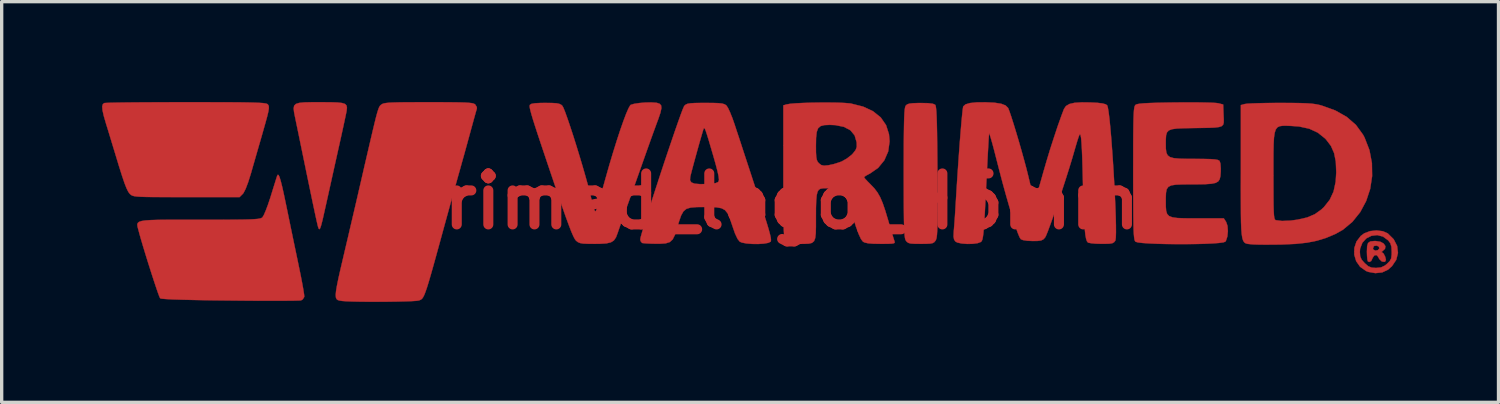
<source format=kicad_pcb>
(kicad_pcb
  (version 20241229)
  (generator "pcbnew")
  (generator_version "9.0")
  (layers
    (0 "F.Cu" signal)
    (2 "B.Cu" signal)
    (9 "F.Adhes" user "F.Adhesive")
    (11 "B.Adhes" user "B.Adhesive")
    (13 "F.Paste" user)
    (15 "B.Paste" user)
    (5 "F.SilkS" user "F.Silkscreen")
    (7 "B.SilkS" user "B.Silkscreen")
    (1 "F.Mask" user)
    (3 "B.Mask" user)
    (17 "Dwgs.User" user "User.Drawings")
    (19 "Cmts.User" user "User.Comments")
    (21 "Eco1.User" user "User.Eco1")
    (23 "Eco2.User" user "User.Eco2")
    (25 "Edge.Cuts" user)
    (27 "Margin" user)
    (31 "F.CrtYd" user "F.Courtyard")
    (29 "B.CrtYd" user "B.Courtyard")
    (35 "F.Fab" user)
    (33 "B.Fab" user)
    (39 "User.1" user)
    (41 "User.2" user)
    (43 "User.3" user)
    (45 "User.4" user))
  (footprint "varimed_logo_H6mm"
    (layer "F.Cu")
    (at 19.346 2.968)
    (property "Reference" "varimed_logo_H6mm" (at 0 0 0) (layer "F.Cu") (effects (font (size 1.524 1.524) (thickness 0.3))))
    (attr through_hole)
    (fp_poly (pts (xy 18.859 1.207) (xy 18.96 1.263) (xy 19.01 1.339) (xy 18.998 1.419) (xy 18.934 1.478) (xy 18.894 1.513) (xy 18.908 1.523) (xy 18.954 1.559) (xy 19 1.647) (xy 19.002 1.653) (xy 19.026 1.747) (xy 19.007 1.793) (xy 18.979 1.808) (xy 18.904 1.797) (xy 18.828 1.726) (xy 18.787 1.648) (xy 18.739 1.603) (xy 18.676 1.618) (xy 18.631 1.685) (xy 18.629 1.69) (xy 18.585 1.783) (xy 18.525 1.813) (xy 18.486 1.793) (xy 18.471 1.738) (xy 18.461 1.625) (xy 18.457 1.5) (xy 18.461 1.413) (xy 18.638 1.413) (xy 18.647 1.438) (xy 18.709 1.473) (xy 18.785 1.457) (xy 18.828 1.408) (xy 18.813 1.353) (xy 18.751 1.323) (xy 18.681 1.331) (xy 18.661 1.345) (xy 18.638 1.413) (xy 18.461 1.413) (xy 18.464 1.339) (xy 18.492 1.244) (xy 18.557 1.199) (xy 18.673 1.186) (xy 18.718 1.185) (xy 18.859 1.207)) (stroke (width 0.01) (type solid)) (fill yes) (layer "F.Cu"))
    (fp_poly (pts (xy 18.935 0.893) (xy 19.081 0.958) (xy 19.258 1.133) (xy 19.36 1.332) (xy 19.385 1.541) (xy 19.334 1.747) (xy 19.206 1.937) (xy 19.087 2.043) (xy 18.915 2.123) (xy 18.71 2.145) (xy 18.501 2.108) (xy 18.432 2.081) (xy 18.255 1.956) (xy 18.137 1.789) (xy 18.079 1.595) (xy 18.08 1.508) (xy 18.246 1.508) (xy 18.256 1.644) (xy 18.301 1.745) (xy 18.39 1.846) (xy 18.497 1.939) (xy 18.599 1.98) (xy 18.728 1.99) (xy 18.878 1.975) (xy 18.995 1.919) (xy 19.06 1.866) (xy 19.141 1.784) (xy 19.183 1.704) (xy 19.197 1.591) (xy 19.198 1.51) (xy 19.19 1.356) (xy 19.158 1.252) (xy 19.095 1.167) (xy 18.937 1.052) (xy 18.765 1.008) (xy 18.593 1.029) (xy 18.439 1.107) (xy 18.321 1.237) (xy 18.254 1.411) (xy 18.246 1.508) (xy 18.08 1.508) (xy 18.082 1.392) (xy 18.146 1.2) (xy 18.273 1.034) (xy 18.38 0.954) (xy 18.551 0.89) (xy 18.747 0.869) (xy 18.935 0.893)) (stroke (width 0.01) (type solid)) (fill yes) (layer "F.Cu"))
    (fp_poly (pts (xy -12.522 -2.962) (xy -12.316 -2.955) (xy -12.174 -2.94) (xy -12.085 -2.911) (xy -12.04 -2.865) (xy -12.027 -2.798) (xy -12.037 -2.707) (xy -12.042 -2.678) (xy -12.06 -2.59) (xy -12.093 -2.434) (xy -12.138 -2.225) (xy -12.192 -1.977) (xy -12.252 -1.706) (xy -12.274 -1.609) (xy -12.347 -1.282) (xy -12.426 -0.926) (xy -12.505 -0.569) (xy -12.578 -0.24) (xy -12.636 0.021) (xy -12.704 0.324) (xy -12.755 0.551) (xy -12.795 0.707) (xy -12.825 0.799) (xy -12.85 0.833) (xy -12.871 0.815) (xy -12.893 0.751) (xy -12.918 0.647) (xy -12.93 0.593) (xy -12.958 0.468) (xy -12.999 0.275) (xy -13.052 0.026) (xy -13.112 -0.263) (xy -13.178 -0.579) (xy -13.246 -0.907) (xy -13.255 -0.953) (xy -13.323 -1.283) (xy -13.389 -1.603) (xy -13.45 -1.9) (xy -13.503 -2.158) (xy -13.546 -2.363) (xy -13.574 -2.502) (xy -13.577 -2.514) (xy -13.607 -2.665) (xy -13.619 -2.778) (xy -13.605 -2.858) (xy -13.553 -2.911) (xy -13.455 -2.942) (xy -13.301 -2.958) (xy -13.081 -2.963) (xy -12.803 -2.963) (xy -12.522 -2.962)) (stroke (width 0.01) (type solid)) (fill yes) (layer "F.Cu"))
    (fp_poly (pts (xy 5.339 -2.935) (xy 5.485 -2.917) (xy 5.554 -2.887) (xy 5.568 -2.857) (xy 5.579 -2.791) (xy 5.589 -2.683) (xy 5.597 -2.528) (xy 5.604 -2.318) (xy 5.61 -2.048) (xy 5.614 -1.711) (xy 5.618 -1.301) (xy 5.621 -0.881) (xy 5.624 -0.417) (xy 5.625 -0.031) (xy 5.625 0.286) (xy 5.623 0.541) (xy 5.62 0.74) (xy 5.614 0.891) (xy 5.607 1.002) (xy 5.597 1.08) (xy 5.584 1.132) (xy 5.569 1.166) (xy 5.567 1.17) (xy 5.529 1.218) (xy 5.48 1.247) (xy 5.399 1.263) (xy 5.268 1.269) (xy 5.124 1.27) (xy 4.94 1.268) (xy 4.822 1.26) (xy 4.75 1.24) (xy 4.704 1.206) (xy 4.68 1.176) (xy 4.664 1.145) (xy 4.651 1.095) (xy 4.641 1.02) (xy 4.632 0.912) (xy 4.626 0.764) (xy 4.621 0.567) (xy 4.618 0.316) (xy 4.616 0.002) (xy 4.615 -0.382) (xy 4.614 -0.843) (xy 4.614 -0.848) (xy 4.615 -1.319) (xy 4.616 -1.711) (xy 4.619 -2.033) (xy 4.623 -2.291) (xy 4.628 -2.491) (xy 4.635 -2.64) (xy 4.644 -2.746) (xy 4.656 -2.814) (xy 4.669 -2.853) (xy 4.672 -2.857) (xy 4.713 -2.896) (xy 4.779 -2.92) (xy 4.887 -2.933) (xy 5.057 -2.939) (xy 5.115 -2.939) (xy 5.339 -2.935)) (stroke (width 0.01) (type solid)) (fill yes) (layer "F.Cu"))
    (fp_poly (pts (xy -16.314 -2.963) (xy -15.877 -2.962) (xy -15.512 -2.961) (xy -15.212 -2.959) (xy -14.971 -2.955) (xy -14.782 -2.95) (xy -14.639 -2.944) (xy -14.536 -2.937) (xy -14.465 -2.927) (xy -14.421 -2.916) (xy -14.396 -2.903) (xy -14.392 -2.898) (xy -14.371 -2.868) (xy -14.361 -2.828) (xy -14.362 -2.769) (xy -14.377 -2.68) (xy -14.408 -2.548) (xy -14.458 -2.364) (xy -14.528 -2.117) (xy -14.582 -1.926) (xy -14.661 -1.655) (xy -14.749 -1.349) (xy -14.835 -1.051) (xy -14.893 -0.847) (xy -14.978 -0.576) (xy -15.054 -0.375) (xy -15.119 -0.249) (xy -15.141 -0.222) (xy -15.236 -0.127) (xy -16.823 -0.127) (xy -17.231 -0.127) (xy -17.563 -0.128) (xy -17.827 -0.129) (xy -18.032 -0.132) (xy -18.187 -0.137) (xy -18.299 -0.144) (xy -18.378 -0.154) (xy -18.431 -0.168) (xy -18.468 -0.185) (xy -18.497 -0.207) (xy -18.514 -0.222) (xy -18.56 -0.282) (xy -18.612 -0.386) (xy -18.674 -0.543) (xy -18.748 -0.762) (xy -18.84 -1.052) (xy -18.861 -1.122) (xy -18.946 -1.402) (xy -19.032 -1.684) (xy -19.112 -1.948) (xy -19.18 -2.171) (xy -19.226 -2.318) (xy -19.295 -2.556) (xy -19.333 -2.726) (xy -19.341 -2.84) (xy -19.32 -2.907) (xy -19.279 -2.938) (xy -19.226 -2.942) (xy -19.095 -2.947) (xy -18.896 -2.951) (xy -18.635 -2.955) (xy -18.321 -2.958) (xy -17.961 -2.96) (xy -17.564 -2.962) (xy -17.137 -2.963) (xy -16.829 -2.963) (xy -16.314 -2.963)) (stroke (width 0.01) (type solid)) (fill yes) (layer "F.Cu"))
    (fp_poly (pts (xy -14.07 -0.786) (xy -14.041 -0.724) (xy -14.005 -0.605) (xy -13.959 -0.422) (xy -13.903 -0.168) (xy -13.834 0.163) (xy -13.828 0.191) (xy -13.758 0.531) (xy -13.68 0.91) (xy -13.6 1.295) (xy -13.524 1.658) (xy -13.464 1.947) (xy -13.411 2.205) (xy -13.366 2.438) (xy -13.331 2.632) (xy -13.309 2.774) (xy -13.302 2.849) (xy -13.302 2.853) (xy -13.348 2.93) (xy -13.399 2.959) (xy -13.457 2.963) (xy -13.591 2.967) (xy -13.793 2.969) (xy -14.053 2.971) (xy -14.364 2.971) (xy -14.716 2.97) (xy -15.102 2.967) (xy -15.511 2.963) (xy -15.524 2.963) (xy -16.07 2.957) (xy -16.535 2.949) (xy -16.917 2.94) (xy -17.216 2.931) (xy -17.431 2.92) (xy -17.563 2.909) (xy -17.609 2.897) (xy -17.633 2.847) (xy -17.677 2.728) (xy -17.736 2.556) (xy -17.807 2.342) (xy -17.885 2.101) (xy -17.966 1.846) (xy -18.045 1.591) (xy -18.119 1.348) (xy -18.183 1.132) (xy -18.233 0.955) (xy -18.246 0.904) (xy -18.269 0.82) (xy -18.287 0.75) (xy -18.293 0.693) (xy -18.28 0.648) (xy -18.241 0.614) (xy -18.169 0.589) (xy -18.057 0.571) (xy -17.899 0.56) (xy -17.686 0.553) (xy -17.413 0.55) (xy -17.072 0.55) (xy -16.657 0.55) (xy -16.441 0.55) (xy -15.998 0.55) (xy -15.633 0.549) (xy -15.337 0.547) (xy -15.102 0.544) (xy -14.921 0.539) (xy -14.787 0.532) (xy -14.691 0.524) (xy -14.626 0.512) (xy -14.584 0.499) (xy -14.557 0.482) (xy -14.555 0.48) (xy -14.514 0.415) (xy -14.457 0.285) (xy -14.39 0.109) (xy -14.321 -0.096) (xy -14.306 -0.144) (xy -14.242 -0.352) (xy -14.185 -0.534) (xy -14.142 -0.672) (xy -14.117 -0.75) (xy -14.114 -0.758) (xy -14.094 -0.795) (xy -14.07 -0.786)) (stroke (width 0.01) (type solid)) (fill yes) (layer "F.Cu"))
    (fp_poly (pts (xy -9.212 -2.963) (xy -8.913 -2.961) (xy -8.68 -2.958) (xy -8.505 -2.953) (xy -8.379 -2.945) (xy -8.292 -2.935) (xy -8.237 -2.921) (xy -8.202 -2.903) (xy -8.192 -2.894) (xy -8.146 -2.819) (xy -8.144 -2.771) (xy -8.163 -2.71) (xy -8.198 -2.586) (xy -8.245 -2.416) (xy -8.299 -2.218) (xy -8.3 -2.215) (xy -8.36 -1.995) (xy -8.435 -1.722) (xy -8.517 -1.424) (xy -8.6 -1.13) (xy -8.637 -0.995) (xy -8.713 -0.726) (xy -8.803 -0.402) (xy -8.901 -0.049) (xy -8.999 0.307) (xy -9.091 0.641) (xy -9.101 0.677) (xy -9.233 1.16) (xy -9.345 1.567) (xy -9.439 1.906) (xy -9.517 2.182) (xy -9.582 2.404) (xy -9.635 2.576) (xy -9.68 2.706) (xy -9.717 2.8) (xy -9.75 2.865) (xy -9.78 2.907) (xy -9.81 2.933) (xy -9.843 2.949) (xy -9.877 2.962) (xy -9.95 2.973) (xy -10.094 2.982) (xy -10.294 2.989) (xy -10.535 2.995) (xy -10.803 2.999) (xy -11.083 3) (xy -11.362 3) (xy -11.624 2.998) (xy -11.856 2.993) (xy -12.043 2.986) (xy -12.17 2.977) (xy -12.192 2.974) (xy -12.254 2.963) (xy -12.302 2.948) (xy -12.337 2.919) (xy -12.357 2.87) (xy -12.362 2.792) (xy -12.352 2.677) (xy -12.325 2.518) (xy -12.282 2.306) (xy -12.221 2.034) (xy -12.141 1.693) (xy -12.067 1.376) (xy -11.992 1.059) (xy -11.906 0.689) (xy -11.813 0.291) (xy -11.721 -0.104) (xy -11.637 -0.47) (xy -11.618 -0.55) (xy -11.506 -1.039) (xy -11.41 -1.452) (xy -11.33 -1.796) (xy -11.264 -2.077) (xy -11.21 -2.303) (xy -11.167 -2.479) (xy -11.132 -2.612) (xy -11.103 -2.709) (xy -11.08 -2.777) (xy -11.06 -2.823) (xy -11.042 -2.852) (xy -11.024 -2.872) (xy -11.003 -2.889) (xy -11.003 -2.889) (xy -10.971 -2.91) (xy -10.926 -2.927) (xy -10.858 -2.939) (xy -10.758 -2.949) (xy -10.617 -2.955) (xy -10.425 -2.96) (xy -10.173 -2.962) (xy -9.853 -2.963) (xy -9.587 -2.963) (xy -9.212 -2.963)) (stroke (width 0.01) (type solid)) (fill yes) (layer "F.Cu"))
    (fp_poly (pts (xy 16.202 -2.941) (xy 16.459 -2.937) (xy 16.658 -2.93) (xy 16.814 -2.919) (xy 16.939 -2.902) (xy 17.048 -2.879) (xy 17.103 -2.864) (xy 17.514 -2.716) (xy 17.855 -2.523) (xy 18.13 -2.283) (xy 18.341 -1.993) (xy 18.387 -1.907) (xy 18.533 -1.532) (xy 18.607 -1.145) (xy 18.613 -0.755) (xy 18.555 -0.373) (xy 18.435 -0.011) (xy 18.258 0.32) (xy 18.026 0.609) (xy 17.743 0.846) (xy 17.514 0.975) (xy 17.239 1.091) (xy 16.962 1.176) (xy 16.664 1.235) (xy 16.325 1.271) (xy 15.924 1.289) (xy 15.896 1.29) (xy 15.649 1.293) (xy 15.416 1.294) (xy 15.217 1.292) (xy 15.074 1.287) (xy 15.028 1.284) (xy 14.952 1.277) (xy 14.888 1.27) (xy 14.835 1.255) (xy 14.793 1.226) (xy 14.759 1.175) (xy 14.734 1.096) (xy 14.716 0.981) (xy 14.703 0.824) (xy 14.695 0.617) (xy 14.691 0.354) (xy 14.69 0.028) (xy 14.689 -0.369) (xy 14.69 -0.843) (xy 14.69 -0.874) (xy 14.69 -1.12) (xy 15.663 -1.12) (xy 15.663 -0.76) (xy 15.664 -0.393) (xy 15.665 -0.101) (xy 15.667 0.124) (xy 15.672 0.291) (xy 15.679 0.409) (xy 15.689 0.486) (xy 15.702 0.532) (xy 15.719 0.555) (xy 15.737 0.563) (xy 15.921 0.586) (xy 16.167 0.576) (xy 16.383 0.547) (xy 16.67 0.482) (xy 16.901 0.384) (xy 17.1 0.241) (xy 17.177 0.167) (xy 17.347 -0.048) (xy 17.461 -0.294) (xy 17.524 -0.586) (xy 17.541 -0.868) (xy 17.528 -1.186) (xy 17.477 -1.443) (xy 17.382 -1.657) (xy 17.238 -1.847) (xy 17.205 -1.881) (xy 16.987 -2.055) (xy 16.733 -2.172) (xy 16.429 -2.238) (xy 16.185 -2.255) (xy 16.048 -2.26) (xy 15.937 -2.259) (xy 15.849 -2.246) (xy 15.783 -2.213) (xy 15.734 -2.15) (xy 15.701 -2.05) (xy 15.68 -1.906) (xy 15.669 -1.708) (xy 15.664 -1.449) (xy 15.663 -1.12) (xy 14.69 -1.12) (xy 14.69 -2.877) (xy 14.806 -2.909) (xy 14.881 -2.919) (xy 15.027 -2.927) (xy 15.23 -2.934) (xy 15.476 -2.939) (xy 15.75 -2.942) (xy 15.875 -2.942) (xy 16.202 -2.941)) (stroke (width 0.01) (type solid)) (fill yes) (layer "F.Cu"))
    (fp_poly (pts (xy -2.788 -2.947) (xy -2.765 -2.944) (xy -2.682 -2.917) (xy -2.637 -2.868) (xy -2.629 -2.784) (xy -2.657 -2.651) (xy -2.722 -2.459) (xy -2.75 -2.385) (xy -2.8 -2.248) (xy -2.873 -2.048) (xy -2.962 -1.801) (xy -3.061 -1.523) (xy -3.165 -1.23) (xy -3.218 -1.079) (xy -3.325 -0.777) (xy -3.433 -0.472) (xy -3.536 -0.183) (xy -3.627 0.071) (xy -3.699 0.272) (xy -3.723 0.339) (xy -3.794 0.537) (xy -3.86 0.724) (xy -3.912 0.873) (xy -3.936 0.944) (xy -3.986 1.076) (xy -4.049 1.168) (xy -4.14 1.225) (xy -4.274 1.256) (xy -4.467 1.268) (xy -4.62 1.27) (xy -4.826 1.268) (xy -4.965 1.262) (xy -5.058 1.246) (xy -5.122 1.219) (xy -5.176 1.178) (xy -5.18 1.175) (xy -5.215 1.128) (xy -5.261 1.041) (xy -5.319 0.908) (xy -5.391 0.722) (xy -5.481 0.478) (xy -5.59 0.169) (xy -5.721 -0.212) (xy -5.8 -0.445) (xy -5.969 -0.944) (xy -6.112 -1.369) (xy -6.232 -1.726) (xy -6.33 -2.021) (xy -6.408 -2.261) (xy -6.468 -2.45) (xy -6.512 -2.597) (xy -6.541 -2.706) (xy -6.559 -2.783) (xy -6.566 -2.835) (xy -6.564 -2.868) (xy -6.557 -2.886) (xy -6.511 -2.914) (xy -6.408 -2.932) (xy -6.237 -2.941) (xy -6.099 -2.942) (xy -5.899 -2.94) (xy -5.766 -2.932) (xy -5.679 -2.914) (xy -5.62 -2.884) (xy -5.589 -2.856) (xy -5.556 -2.795) (xy -5.503 -2.663) (xy -5.435 -2.473) (xy -5.355 -2.237) (xy -5.266 -1.966) (xy -5.173 -1.671) (xy -5.079 -1.364) (xy -4.987 -1.057) (xy -4.902 -0.762) (xy -4.826 -0.49) (xy -4.764 -0.252) (xy -4.719 -0.061) (xy -4.717 -0.053) (xy -4.679 0.106) (xy -4.643 0.227) (xy -4.615 0.291) (xy -4.608 0.296) (xy -4.596 0.292) (xy -4.582 0.274) (xy -4.564 0.231) (xy -4.538 0.156) (xy -4.502 0.037) (xy -4.453 -0.134) (xy -4.388 -0.367) (xy -4.303 -0.671) (xy -4.295 -0.699) (xy -4.184 -1.09) (xy -4.072 -1.464) (xy -3.963 -1.813) (xy -3.86 -2.128) (xy -3.765 -2.399) (xy -3.682 -2.619) (xy -3.613 -2.778) (xy -3.562 -2.868) (xy -3.546 -2.884) (xy -3.447 -2.914) (xy -3.293 -2.938) (xy -3.112 -2.953) (xy -2.934 -2.957) (xy -2.788 -2.947)) (stroke (width 0.01) (type solid)) (fill yes) (layer "F.Cu"))
    (fp_poly (pts (xy 13.338 -2.958) (xy 13.591 -2.954) (xy 13.798 -2.949) (xy 13.945 -2.941) (xy 14.015 -2.932) (xy 14.161 -2.895) (xy 14.173 -2.57) (xy 14.179 -2.45) (xy 14.178 -2.359) (xy 14.162 -2.294) (xy 14.119 -2.249) (xy 14.039 -2.222) (xy 13.912 -2.206) (xy 13.727 -2.198) (xy 13.474 -2.194) (xy 13.279 -2.191) (xy 12.994 -2.186) (xy 12.783 -2.177) (xy 12.634 -2.157) (xy 12.538 -2.121) (xy 12.481 -2.061) (xy 12.455 -1.974) (xy 12.447 -1.851) (xy 12.446 -1.728) (xy 12.448 -1.573) (xy 12.463 -1.459) (xy 12.501 -1.377) (xy 12.572 -1.323) (xy 12.688 -1.291) (xy 12.86 -1.276) (xy 13.097 -1.27) (xy 13.309 -1.27) (xy 13.581 -1.268) (xy 13.779 -1.263) (xy 13.915 -1.253) (xy 14 -1.238) (xy 14.045 -1.216) (xy 14.052 -1.21) (xy 14.079 -1.131) (xy 14.09 -0.989) (xy 14.089 -0.883) (xy 14.079 -0.756) (xy 14.057 -0.662) (xy 14.012 -0.595) (xy 13.932 -0.551) (xy 13.806 -0.526) (xy 13.623 -0.513) (xy 13.372 -0.509) (xy 13.225 -0.509) (xy 12.951 -0.507) (xy 12.75 -0.499) (xy 12.611 -0.478) (xy 12.523 -0.434) (xy 12.473 -0.362) (xy 12.452 -0.254) (xy 12.446 -0.103) (xy 12.446 -0.007) (xy 12.447 0.159) (xy 12.457 0.285) (xy 12.486 0.376) (xy 12.545 0.439) (xy 12.644 0.477) (xy 12.793 0.498) (xy 13.003 0.506) (xy 13.283 0.508) (xy 13.398 0.508) (xy 14.18 0.508) (xy 14.25 0.615) (xy 14.29 0.732) (xy 14.302 0.889) (xy 14.286 1.05) (xy 14.244 1.178) (xy 14.225 1.205) (xy 14.166 1.226) (xy 14.036 1.243) (xy 13.846 1.257) (xy 13.611 1.268) (xy 13.342 1.275) (xy 13.053 1.278) (xy 12.756 1.278) (xy 12.465 1.275) (xy 12.193 1.268) (xy 11.951 1.257) (xy 11.754 1.244) (xy 11.613 1.227) (xy 11.542 1.206) (xy 11.539 1.203) (xy 11.523 1.18) (xy 11.51 1.139) (xy 11.5 1.073) (xy 11.491 0.975) (xy 11.484 0.837) (xy 11.48 0.653) (xy 11.476 0.416) (xy 11.474 0.118) (xy 11.473 -0.249) (xy 11.472 -0.69) (xy 11.472 -0.845) (xy 11.473 -1.309) (xy 11.473 -1.696) (xy 11.475 -2.012) (xy 11.478 -2.266) (xy 11.482 -2.464) (xy 11.488 -2.614) (xy 11.495 -2.722) (xy 11.505 -2.797) (xy 11.517 -2.845) (xy 11.532 -2.873) (xy 11.542 -2.884) (xy 11.583 -2.903) (xy 11.661 -2.918) (xy 11.786 -2.93) (xy 11.964 -2.939) (xy 12.206 -2.947) (xy 12.519 -2.953) (xy 12.741 -2.956) (xy 13.05 -2.958) (xy 13.338 -2.958)) (stroke (width 0.01) (type solid)) (fill yes) (layer "F.Cu"))
    (fp_poly (pts (xy -1.084 -2.941) (xy -0.922 -2.935) (xy -0.813 -2.923) (xy -0.742 -2.902) (xy -0.693 -2.872) (xy -0.686 -2.865) (xy -0.639 -2.795) (xy -0.577 -2.662) (xy -0.505 -2.483) (xy -0.433 -2.276) (xy -0.432 -2.272) (xy -0.378 -2.107) (xy -0.301 -1.876) (xy -0.208 -1.591) (xy -0.102 -1.267) (xy 0.013 -0.918) (xy 0.131 -0.557) (xy 0.213 -0.308) (xy 0.341 0.082) (xy 0.443 0.4) (xy 0.522 0.652) (xy 0.58 0.846) (xy 0.619 0.991) (xy 0.641 1.092) (xy 0.647 1.158) (xy 0.641 1.196) (xy 0.636 1.205) (xy 0.564 1.24) (xy 0.432 1.263) (xy 0.264 1.274) (xy 0.083 1.272) (xy -0.087 1.258) (xy -0.222 1.232) (xy -0.286 1.205) (xy -0.352 1.122) (xy -0.428 0.961) (xy -0.512 0.719) (xy -0.513 0.716) (xy -0.583 0.506) (xy -0.649 0.359) (xy -0.727 0.262) (xy -0.832 0.205) (xy -0.982 0.178) (xy -1.192 0.17) (xy -1.329 0.169) (xy -1.576 0.171) (xy -1.755 0.186) (xy -1.881 0.224) (xy -1.97 0.298) (xy -2.039 0.421) (xy -2.103 0.604) (xy -2.159 0.796) (xy -2.224 1.001) (xy -2.291 1.136) (xy -2.377 1.216) (xy -2.501 1.255) (xy -2.682 1.267) (xy -2.783 1.267) (xy -2.957 1.263) (xy -3.1 1.255) (xy -3.191 1.246) (xy -3.207 1.242) (xy -3.251 1.187) (xy -3.26 1.136) (xy -3.247 1.068) (xy -3.209 0.931) (xy -3.151 0.734) (xy -3.076 0.487) (xy -2.985 0.2) (xy -2.884 -0.118) (xy -2.774 -0.456) (xy -2.717 -0.631) (xy -1.773 -0.631) (xy -1.732 -0.565) (xy -1.634 -0.528) (xy -1.47 -0.515) (xy -1.321 -0.517) (xy -1.131 -0.527) (xy -1.009 -0.545) (xy -0.94 -0.574) (xy -0.918 -0.598) (xy -0.908 -0.65) (xy -0.919 -0.748) (xy -0.952 -0.902) (xy -1.009 -1.12) (xy -1.074 -1.349) (xy -1.159 -1.639) (xy -1.223 -1.856) (xy -1.271 -2.01) (xy -1.305 -2.111) (xy -1.329 -2.167) (xy -1.346 -2.189) (xy -1.359 -2.184) (xy -1.364 -2.177) (xy -1.382 -2.127) (xy -1.416 -2.011) (xy -1.464 -1.847) (xy -1.52 -1.65) (xy -1.579 -1.437) (xy -1.638 -1.223) (xy -1.691 -1.027) (xy -1.734 -0.863) (xy -1.763 -0.749) (xy -1.767 -0.73) (xy -1.773 -0.631) (xy -2.717 -0.631) (xy -2.66 -0.806) (xy -2.544 -1.157) (xy -2.429 -1.5) (xy -2.319 -1.824) (xy -2.217 -2.122) (xy -2.126 -2.382) (xy -2.05 -2.595) (xy -1.991 -2.751) (xy -1.952 -2.841) (xy -1.942 -2.857) (xy -1.9 -2.893) (xy -1.845 -2.917) (xy -1.759 -2.931) (xy -1.628 -2.939) (xy -1.437 -2.942) (xy -1.316 -2.942) (xy -1.084 -2.941)) (stroke (width 0.01) (type solid)) (fill yes) (layer "F.Cu"))
    (fp_poly (pts (xy 2.636 -2.95) (xy 2.845 -2.941) (xy 3 -2.928) (xy 3.033 -2.924) (xy 3.399 -2.832) (xy 3.697 -2.693) (xy 3.927 -2.508) (xy 4.086 -2.278) (xy 4.173 -2.006) (xy 4.191 -1.79) (xy 4.15 -1.493) (xy 4.034 -1.227) (xy 3.85 -1.002) (xy 3.603 -0.83) (xy 3.568 -0.813) (xy 3.477 -0.763) (xy 3.43 -0.725) (xy 3.429 -0.721) (xy 3.457 -0.68) (xy 3.53 -0.6) (xy 3.623 -0.506) (xy 3.737 -0.387) (xy 3.83 -0.264) (xy 3.91 -0.124) (xy 3.985 0.052) (xy 4.062 0.278) (xy 4.15 0.57) (xy 4.211 0.78) (xy 4.266 0.964) (xy 4.31 1.106) (xy 4.336 1.188) (xy 4.339 1.196) (xy 4.346 1.229) (xy 4.324 1.251) (xy 4.261 1.263) (xy 4.142 1.269) (xy 3.953 1.27) (xy 3.93 1.27) (xy 3.704 1.266) (xy 3.547 1.253) (xy 3.444 1.229) (xy 3.397 1.205) (xy 3.337 1.127) (xy 3.266 0.974) (xy 3.185 0.753) (xy 3.097 0.469) (xy 3.005 0.132) (xy 3.004 0.129) (xy 2.915 -0.071) (xy 2.795 -0.221) (xy 2.683 -0.317) (xy 2.566 -0.372) (xy 2.418 -0.394) (xy 2.216 -0.391) (xy 2.202 -0.39) (xy 2.129 -0.378) (xy 2.075 -0.347) (xy 2.037 -0.284) (xy 2.012 -0.18) (xy 1.998 -0.022) (xy 1.991 0.198) (xy 1.99 0.472) (xy 1.99 0.75) (xy 1.985 0.955) (xy 1.968 1.098) (xy 1.933 1.189) (xy 1.871 1.241) (xy 1.777 1.264) (xy 1.643 1.27) (xy 1.491 1.27) (xy 1.311 1.266) (xy 1.194 1.252) (xy 1.122 1.223) (xy 1.086 1.193) (xy 1.07 1.168) (xy 1.056 1.129) (xy 1.045 1.068) (xy 1.036 0.978) (xy 1.029 0.852) (xy 1.024 0.681) (xy 1.02 0.46) (xy 1.018 0.181) (xy 1.017 -0.165) (xy 1.016 -0.583) (xy 1.016 -0.877) (xy 1.016 -1.672) (xy 1.99 -1.672) (xy 1.991 -1.468) (xy 1.999 -1.331) (xy 2.015 -1.242) (xy 2.042 -1.182) (xy 2.079 -1.139) (xy 2.149 -1.085) (xy 2.232 -1.067) (xy 2.362 -1.079) (xy 2.364 -1.079) (xy 2.528 -1.115) (xy 2.706 -1.172) (xy 2.763 -1.194) (xy 2.913 -1.279) (xy 3.054 -1.388) (xy 3.095 -1.43) (xy 3.177 -1.536) (xy 3.21 -1.629) (xy 3.208 -1.75) (xy 3.206 -1.767) (xy 3.147 -1.971) (xy 3.021 -2.124) (xy 2.827 -2.227) (xy 2.567 -2.279) (xy 2.402 -2.286) (xy 2.241 -2.279) (xy 2.128 -2.249) (xy 2.054 -2.184) (xy 2.013 -2.072) (xy 1.994 -1.899) (xy 1.99 -1.672) (xy 1.016 -1.672) (xy 1.016 -2.869) (xy 1.111 -2.897) (xy 1.214 -2.915) (xy 1.384 -2.93) (xy 1.604 -2.941) (xy 1.856 -2.949) (xy 2.124 -2.953) (xy 2.39 -2.953) (xy 2.636 -2.95)) (stroke (width 0.01) (type solid)) (fill yes) (layer "F.Cu"))
    (fp_poly (pts (xy 7.329 -2.948) (xy 7.526 -2.917) (xy 7.657 -2.867) (xy 7.731 -2.794) (xy 7.737 -2.784) (xy 7.774 -2.689) (xy 7.829 -2.528) (xy 7.897 -2.314) (xy 7.974 -2.063) (xy 8.055 -1.79) (xy 8.136 -1.508) (xy 8.212 -1.234) (xy 8.28 -0.981) (xy 8.334 -0.765) (xy 8.34 -0.741) (xy 8.402 -0.481) (xy 8.447 -0.293) (xy 8.48 -0.167) (xy 8.503 -0.093) (xy 8.519 -0.061) (xy 8.533 -0.059) (xy 8.547 -0.079) (xy 8.552 -0.088) (xy 8.574 -0.147) (xy 8.613 -0.273) (xy 8.667 -0.452) (xy 8.729 -0.668) (xy 8.784 -0.864) (xy 8.881 -1.198) (xy 8.99 -1.558) (xy 9.107 -1.919) (xy 9.221 -2.262) (xy 9.328 -2.562) (xy 9.403 -2.76) (xy 9.462 -2.848) (xy 9.564 -2.909) (xy 9.718 -2.945) (xy 9.937 -2.959) (xy 10.184 -2.956) (xy 10.403 -2.945) (xy 10.553 -2.927) (xy 10.646 -2.902) (xy 10.693 -2.872) (xy 10.713 -2.812) (xy 10.736 -2.678) (xy 10.761 -2.48) (xy 10.786 -2.229) (xy 10.812 -1.935) (xy 10.837 -1.608) (xy 10.862 -1.259) (xy 10.885 -0.898) (xy 10.906 -0.536) (xy 10.924 -0.182) (xy 10.939 0.152) (xy 10.95 0.456) (xy 10.956 0.72) (xy 10.957 0.934) (xy 10.952 1.087) (xy 10.94 1.168) (xy 10.937 1.175) (xy 10.9 1.222) (xy 10.847 1.251) (xy 10.759 1.265) (xy 10.615 1.269) (xy 10.529 1.269) (xy 10.36 1.265) (xy 10.219 1.252) (xy 10.131 1.235) (xy 10.12 1.23) (xy 10.09 1.193) (xy 10.065 1.12) (xy 10.043 1.003) (xy 10.025 0.835) (xy 10.009 0.61) (xy 9.995 0.322) (xy 9.983 -0.037) (xy 9.972 -0.474) (xy 9.97 -0.529) (xy 9.96 -0.949) (xy 9.95 -1.29) (xy 9.939 -1.558) (xy 9.927 -1.757) (xy 9.915 -1.895) (xy 9.9 -1.975) (xy 9.884 -2.005) (xy 9.865 -1.988) (xy 9.865 -1.988) (xy 9.839 -1.922) (xy 9.798 -1.796) (xy 9.749 -1.63) (xy 9.718 -1.524) (xy 9.648 -1.282) (xy 9.564 -1.007) (xy 9.47 -0.709) (xy 9.37 -0.4) (xy 9.268 -0.093) (xy 9.169 0.202) (xy 9.075 0.473) (xy 8.99 0.709) (xy 8.92 0.897) (xy 8.867 1.026) (xy 8.838 1.082) (xy 8.784 1.138) (xy 8.716 1.17) (xy 8.61 1.183) (xy 8.472 1.185) (xy 8.309 1.178) (xy 8.178 1.157) (xy 8.114 1.132) (xy 8.076 1.072) (xy 8.02 0.937) (xy 7.949 0.737) (xy 7.867 0.48) (xy 7.774 0.175) (xy 7.675 -0.17) (xy 7.571 -0.546) (xy 7.466 -0.945) (xy 7.383 -1.269) (xy 7.32 -1.515) (xy 7.264 -1.725) (xy 7.217 -1.889) (xy 7.184 -1.995) (xy 7.166 -2.033) (xy 7.164 -2.031) (xy 7.16 -1.976) (xy 7.151 -1.846) (xy 7.14 -1.651) (xy 7.126 -1.401) (xy 7.111 -1.105) (xy 7.094 -0.774) (xy 7.076 -0.418) (xy 7.076 -0.407) (xy 7.055 0.001) (xy 7.038 0.332) (xy 7.022 0.595) (xy 7.008 0.798) (xy 6.995 0.949) (xy 6.981 1.057) (xy 6.967 1.13) (xy 6.95 1.176) (xy 6.931 1.203) (xy 6.92 1.213) (xy 6.824 1.249) (xy 6.677 1.269) (xy 6.509 1.272) (xy 6.346 1.259) (xy 6.217 1.231) (xy 6.158 1.199) (xy 6.119 1.14) (xy 6.103 1.051) (xy 6.109 0.908) (xy 6.112 0.871) (xy 6.125 0.707) (xy 6.141 0.497) (xy 6.155 0.277) (xy 6.159 0.212) (xy 6.184 -0.204) (xy 6.21 -0.618) (xy 6.237 -1.023) (xy 6.264 -1.409) (xy 6.29 -1.767) (xy 6.316 -2.089) (xy 6.339 -2.365) (xy 6.36 -2.586) (xy 6.377 -2.743) (xy 6.39 -2.829) (xy 6.394 -2.839) (xy 6.462 -2.899) (xy 6.594 -2.938) (xy 6.798 -2.959) (xy 7.058 -2.961) (xy 7.329 -2.948)) (stroke (width 0.01) (type solid)) (fill yes) (layer "F.Cu")))
  (gr_rect
    (start -3 -3)
    (end 41.736 8.974)
    (stroke (width 0.1) (type default))
    (fill no)
    (layer "Edge.Cuts")))
</source>
